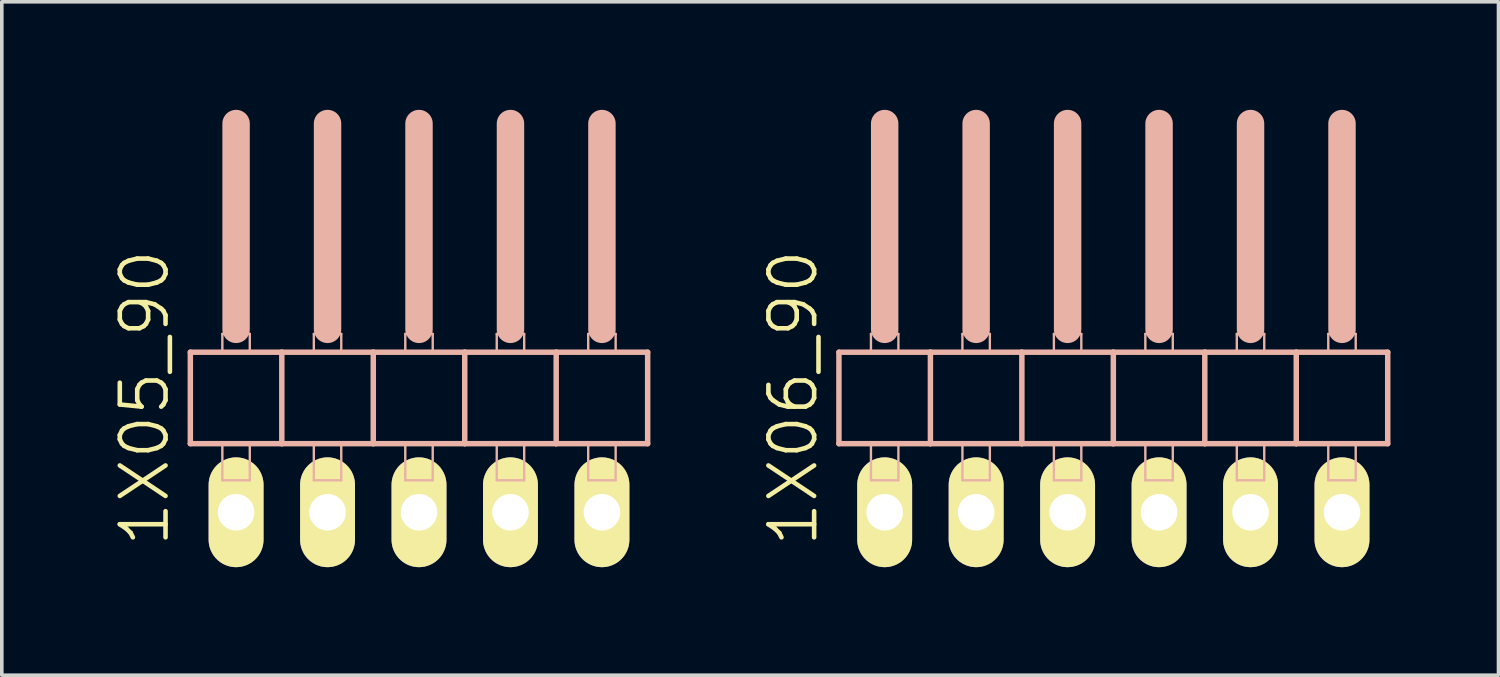
<source format=kicad_pcb>
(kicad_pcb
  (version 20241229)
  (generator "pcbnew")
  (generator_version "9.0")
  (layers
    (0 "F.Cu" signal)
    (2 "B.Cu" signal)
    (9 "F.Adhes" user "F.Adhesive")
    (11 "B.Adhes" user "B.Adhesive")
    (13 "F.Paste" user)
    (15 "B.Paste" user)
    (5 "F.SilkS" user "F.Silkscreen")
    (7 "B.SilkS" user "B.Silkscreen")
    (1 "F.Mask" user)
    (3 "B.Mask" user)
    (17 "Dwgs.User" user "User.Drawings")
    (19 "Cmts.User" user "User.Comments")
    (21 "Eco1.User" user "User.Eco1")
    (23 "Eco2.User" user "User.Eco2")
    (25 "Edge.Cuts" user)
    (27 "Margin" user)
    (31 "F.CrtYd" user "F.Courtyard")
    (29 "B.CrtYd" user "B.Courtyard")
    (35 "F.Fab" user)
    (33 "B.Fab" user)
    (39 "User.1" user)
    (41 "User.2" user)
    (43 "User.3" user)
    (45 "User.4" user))
  (footprint "1X05_90"
    (layer "F.Cu")
    (at 8.586 7.366)
    (property "Reference" "1X05_90" (at -7.62 0.635 90) (layer "F.SilkS") (effects (font (size 1.27 1.27) (thickness 0.127))))
    (attr exclude_from_pos_files exclude_from_bom)
    (fp_line (start -6.35 -0.635) (end -6.35 1.905) (stroke (width 0.152) (type solid)) (layer "B.SilkS"))
    (fp_line (start -6.35 1.905) (end -3.81 1.905) (stroke (width 0.152) (type solid)) (layer "B.SilkS"))
    (fp_line (start -5.461 -1.143) (end -4.699 -1.143) (stroke (width 0.066) (type solid)) (layer "B.SilkS"))
    (fp_line (start -5.461 -0.635) (end -5.461 -1.143) (stroke (width 0.066) (type solid)) (layer "B.SilkS"))
    (fp_line (start -5.461 -0.635) (end -4.699 -0.635) (stroke (width 0.066) (type solid)) (layer "B.SilkS"))
    (fp_line (start -5.461 1.905) (end -4.699 1.905) (stroke (width 0.066) (type solid)) (layer "B.SilkS"))
    (fp_line (start -5.461 2.921) (end -5.461 1.905) (stroke (width 0.066) (type solid)) (layer "B.SilkS"))
    (fp_line (start -5.461 2.921) (end -4.699 2.921) (stroke (width 0.066) (type solid)) (layer "B.SilkS"))
    (fp_line (start -5.08 -6.985) (end -5.08 -1.27) (stroke (width 0.762) (type solid)) (layer "B.SilkS"))
    (fp_line (start -4.699 -0.635) (end -4.699 -1.143) (stroke (width 0.066) (type solid)) (layer "B.SilkS"))
    (fp_line (start -4.699 2.921) (end -4.699 1.905) (stroke (width 0.066) (type solid)) (layer "B.SilkS"))
    (fp_line (start -3.81 -0.635) (end -6.35 -0.635) (stroke (width 0.152) (type solid)) (layer "B.SilkS"))
    (fp_line (start -3.81 1.905) (end -3.81 -0.635) (stroke (width 0.152) (type solid)) (layer "B.SilkS"))
    (fp_line (start -3.81 1.905) (end -1.27 1.905) (stroke (width 0.152) (type solid)) (layer "B.SilkS"))
    (fp_line (start -2.921 -1.143) (end -2.159 -1.143) (stroke (width 0.066) (type solid)) (layer "B.SilkS"))
    (fp_line (start -2.921 -0.635) (end -2.921 -1.143) (stroke (width 0.066) (type solid)) (layer "B.SilkS"))
    (fp_line (start -2.921 -0.635) (end -2.159 -0.635) (stroke (width 0.066) (type solid)) (layer "B.SilkS"))
    (fp_line (start -2.921 1.905) (end -2.159 1.905) (stroke (width 0.066) (type solid)) (layer "B.SilkS"))
    (fp_line (start -2.921 2.921) (end -2.921 1.905) (stroke (width 0.066) (type solid)) (layer "B.SilkS"))
    (fp_line (start -2.921 2.921) (end -2.159 2.921) (stroke (width 0.066) (type solid)) (layer "B.SilkS"))
    (fp_line (start -2.54 -6.985) (end -2.54 -1.27) (stroke (width 0.762) (type solid)) (layer "B.SilkS"))
    (fp_line (start -2.159 -0.635) (end -2.159 -1.143) (stroke (width 0.066) (type solid)) (layer "B.SilkS"))
    (fp_line (start -2.159 2.921) (end -2.159 1.905) (stroke (width 0.066) (type solid)) (layer "B.SilkS"))
    (fp_line (start -1.27 -0.635) (end -3.81 -0.635) (stroke (width 0.152) (type solid)) (layer "B.SilkS"))
    (fp_line (start -1.27 1.905) (end -1.27 -0.635) (stroke (width 0.152) (type solid)) (layer "B.SilkS"))
    (fp_line (start -1.27 1.905) (end 1.27 1.905) (stroke (width 0.152) (type solid)) (layer "B.SilkS"))
    (fp_line (start -0.381 -1.143) (end 0.381 -1.143) (stroke (width 0.066) (type solid)) (layer "B.SilkS"))
    (fp_line (start -0.381 -0.635) (end -0.381 -1.143) (stroke (width 0.066) (type solid)) (layer "B.SilkS"))
    (fp_line (start -0.381 -0.635) (end 0.381 -0.635) (stroke (width 0.066) (type solid)) (layer "B.SilkS"))
    (fp_line (start -0.381 1.905) (end 0.381 1.905) (stroke (width 0.066) (type solid)) (layer "B.SilkS"))
    (fp_line (start -0.381 2.921) (end -0.381 1.905) (stroke (width 0.066) (type solid)) (layer "B.SilkS"))
    (fp_line (start -0.381 2.921) (end 0.381 2.921) (stroke (width 0.066) (type solid)) (layer "B.SilkS"))
    (fp_line (start 0 -6.985) (end 0 -1.27) (stroke (width 0.762) (type solid)) (layer "B.SilkS"))
    (fp_line (start 0.381 -0.635) (end 0.381 -1.143) (stroke (width 0.066) (type solid)) (layer "B.SilkS"))
    (fp_line (start 0.381 2.921) (end 0.381 1.905) (stroke (width 0.066) (type solid)) (layer "B.SilkS"))
    (fp_line (start 1.27 -0.635) (end -1.27 -0.635) (stroke (width 0.152) (type solid)) (layer "B.SilkS"))
    (fp_line (start 1.27 1.905) (end 1.27 -0.635) (stroke (width 0.152) (type solid)) (layer "B.SilkS"))
    (fp_line (start 1.27 1.905) (end 3.81 1.905) (stroke (width 0.152) (type solid)) (layer "B.SilkS"))
    (fp_line (start 2.159 -1.143) (end 2.921 -1.143) (stroke (width 0.066) (type solid)) (layer "B.SilkS"))
    (fp_line (start 2.159 -0.635) (end 2.159 -1.143) (stroke (width 0.066) (type solid)) (layer "B.SilkS"))
    (fp_line (start 2.159 -0.635) (end 2.921 -0.635) (stroke (width 0.066) (type solid)) (layer "B.SilkS"))
    (fp_line (start 2.159 1.905) (end 2.921 1.905) (stroke (width 0.066) (type solid)) (layer "B.SilkS"))
    (fp_line (start 2.159 2.921) (end 2.159 1.905) (stroke (width 0.066) (type solid)) (layer "B.SilkS"))
    (fp_line (start 2.159 2.921) (end 2.921 2.921) (stroke (width 0.066) (type solid)) (layer "B.SilkS"))
    (fp_line (start 2.54 -6.985) (end 2.54 -1.27) (stroke (width 0.762) (type solid)) (layer "B.SilkS"))
    (fp_line (start 2.921 -0.635) (end 2.921 -1.143) (stroke (width 0.066) (type solid)) (layer "B.SilkS"))
    (fp_line (start 2.921 2.921) (end 2.921 1.905) (stroke (width 0.066) (type solid)) (layer "B.SilkS"))
    (fp_line (start 3.81 -0.635) (end 1.27 -0.635) (stroke (width 0.152) (type solid)) (layer "B.SilkS"))
    (fp_line (start 3.81 1.905) (end 3.81 -0.635) (stroke (width 0.152) (type solid)) (layer "B.SilkS"))
    (fp_line (start 3.81 1.905) (end 6.35 1.905) (stroke (width 0.152) (type solid)) (layer "B.SilkS"))
    (fp_line (start 4.699 -1.143) (end 5.461 -1.143) (stroke (width 0.066) (type solid)) (layer "B.SilkS"))
    (fp_line (start 4.699 -0.635) (end 4.699 -1.143) (stroke (width 0.066) (type solid)) (layer "B.SilkS"))
    (fp_line (start 4.699 -0.635) (end 5.461 -0.635) (stroke (width 0.066) (type solid)) (layer "B.SilkS"))
    (fp_line (start 4.699 1.905) (end 5.461 1.905) (stroke (width 0.066) (type solid)) (layer "B.SilkS"))
    (fp_line (start 4.699 2.921) (end 4.699 1.905) (stroke (width 0.066) (type solid)) (layer "B.SilkS"))
    (fp_line (start 4.699 2.921) (end 5.461 2.921) (stroke (width 0.066) (type solid)) (layer "B.SilkS"))
    (fp_line (start 5.08 -6.985) (end 5.08 -1.27) (stroke (width 0.762) (type solid)) (layer "B.SilkS"))
    (fp_line (start 5.461 -0.635) (end 5.461 -1.143) (stroke (width 0.066) (type solid)) (layer "B.SilkS"))
    (fp_line (start 5.461 2.921) (end 5.461 1.905) (stroke (width 0.066) (type solid)) (layer "B.SilkS"))
    (fp_line (start 6.35 -0.635) (end 3.81 -0.635) (stroke (width 0.152) (type solid)) (layer "B.SilkS"))
    (fp_line (start 6.35 1.905) (end 6.35 -0.635) (stroke (width 0.152) (type solid)) (layer "B.SilkS"))
    (pad "1" thru_hole oval (at -5.08 3.81 180) (size 1.524 3.048) (drill 1.016) (layers "*.Cu" "F.Mask" "F.SilkS" "F.Paste"))
    (pad "2" thru_hole oval (at -2.54 3.81 180) (size 1.524 3.048) (drill 1.016) (layers "*.Cu" "F.Mask" "F.SilkS" "F.Paste"))
    (pad "3" thru_hole oval (at 0 3.81 180) (size 1.524 3.048) (drill 1.016) (layers "*.Cu" "F.Mask" "F.SilkS" "F.Paste"))
    (pad "4" thru_hole oval (at 2.54 3.81 180) (size 1.524 3.048) (drill 1.016) (layers "*.Cu" "F.Mask" "F.SilkS" "F.Paste"))
    (pad "5" thru_hole oval (at 5.08 3.81 180) (size 1.524 3.048) (drill 1.016) (layers "*.Cu" "F.Mask" "F.SilkS" "F.Paste")))
  (footprint "1X06_90"
    (layer "F.Cu")
    (at 27.868 7.366)
    (property "Reference" "1X06_90" (at -8.89 0.635 90) (layer "F.SilkS") (effects (font (size 1.27 1.27) (thickness 0.127))))
    (attr exclude_from_pos_files exclude_from_bom)
    (fp_line (start -7.62 -0.635) (end -7.62 1.905) (stroke (width 0.152) (type solid)) (layer "B.SilkS"))
    (fp_line (start -7.62 1.905) (end -5.08 1.905) (stroke (width 0.152) (type solid)) (layer "B.SilkS"))
    (fp_line (start -6.731 -1.143) (end -5.969 -1.143) (stroke (width 0.066) (type solid)) (layer "B.SilkS"))
    (fp_line (start -6.731 -0.635) (end -6.731 -1.143) (stroke (width 0.066) (type solid)) (layer "B.SilkS"))
    (fp_line (start -6.731 -0.635) (end -5.969 -0.635) (stroke (width 0.066) (type solid)) (layer "B.SilkS"))
    (fp_line (start -6.731 1.905) (end -5.969 1.905) (stroke (width 0.066) (type solid)) (layer "B.SilkS"))
    (fp_line (start -6.731 2.921) (end -6.731 1.905) (stroke (width 0.066) (type solid)) (layer "B.SilkS"))
    (fp_line (start -6.731 2.921) (end -5.969 2.921) (stroke (width 0.066) (type solid)) (layer "B.SilkS"))
    (fp_line (start -6.35 -6.985) (end -6.35 -1.27) (stroke (width 0.762) (type solid)) (layer "B.SilkS"))
    (fp_line (start -5.969 -0.635) (end -5.969 -1.143) (stroke (width 0.066) (type solid)) (layer "B.SilkS"))
    (fp_line (start -5.969 2.921) (end -5.969 1.905) (stroke (width 0.066) (type solid)) (layer "B.SilkS"))
    (fp_line (start -5.08 -0.635) (end -7.62 -0.635) (stroke (width 0.152) (type solid)) (layer "B.SilkS"))
    (fp_line (start -5.08 1.905) (end -5.08 -0.635) (stroke (width 0.152) (type solid)) (layer "B.SilkS"))
    (fp_line (start -5.08 1.905) (end -2.54 1.905) (stroke (width 0.152) (type solid)) (layer "B.SilkS"))
    (fp_line (start -4.191 -1.143) (end -3.429 -1.143) (stroke (width 0.066) (type solid)) (layer "B.SilkS"))
    (fp_line (start -4.191 -0.635) (end -4.191 -1.143) (stroke (width 0.066) (type solid)) (layer "B.SilkS"))
    (fp_line (start -4.191 -0.635) (end -3.429 -0.635) (stroke (width 0.066) (type solid)) (layer "B.SilkS"))
    (fp_line (start -4.191 1.905) (end -3.429 1.905) (stroke (width 0.066) (type solid)) (layer "B.SilkS"))
    (fp_line (start -4.191 2.921) (end -4.191 1.905) (stroke (width 0.066) (type solid)) (layer "B.SilkS"))
    (fp_line (start -4.191 2.921) (end -3.429 2.921) (stroke (width 0.066) (type solid)) (layer "B.SilkS"))
    (fp_line (start -3.81 -6.985) (end -3.81 -1.27) (stroke (width 0.762) (type solid)) (layer "B.SilkS"))
    (fp_line (start -3.429 -0.635) (end -3.429 -1.143) (stroke (width 0.066) (type solid)) (layer "B.SilkS"))
    (fp_line (start -3.429 2.921) (end -3.429 1.905) (stroke (width 0.066) (type solid)) (layer "B.SilkS"))
    (fp_line (start -2.54 -0.635) (end -5.08 -0.635) (stroke (width 0.152) (type solid)) (layer "B.SilkS"))
    (fp_line (start -2.54 1.905) (end -2.54 -0.635) (stroke (width 0.152) (type solid)) (layer "B.SilkS"))
    (fp_line (start -2.54 1.905) (end 0 1.905) (stroke (width 0.152) (type solid)) (layer "B.SilkS"))
    (fp_line (start -1.651 -1.143) (end -0.889 -1.143) (stroke (width 0.066) (type solid)) (layer "B.SilkS"))
    (fp_line (start -1.651 -0.635) (end -1.651 -1.143) (stroke (width 0.066) (type solid)) (layer "B.SilkS"))
    (fp_line (start -1.651 -0.635) (end -0.889 -0.635) (stroke (width 0.066) (type solid)) (layer "B.SilkS"))
    (fp_line (start -1.651 1.905) (end -0.889 1.905) (stroke (width 0.066) (type solid)) (layer "B.SilkS"))
    (fp_line (start -1.651 2.921) (end -1.651 1.905) (stroke (width 0.066) (type solid)) (layer "B.SilkS"))
    (fp_line (start -1.651 2.921) (end -0.889 2.921) (stroke (width 0.066) (type solid)) (layer "B.SilkS"))
    (fp_line (start -1.27 -6.985) (end -1.27 -1.27) (stroke (width 0.762) (type solid)) (layer "B.SilkS"))
    (fp_line (start -0.889 -0.635) (end -0.889 -1.143) (stroke (width 0.066) (type solid)) (layer "B.SilkS"))
    (fp_line (start -0.889 2.921) (end -0.889 1.905) (stroke (width 0.066) (type solid)) (layer "B.SilkS"))
    (fp_line (start 0 -0.635) (end -2.54 -0.635) (stroke (width 0.152) (type solid)) (layer "B.SilkS"))
    (fp_line (start 0 1.905) (end 0 -0.635) (stroke (width 0.152) (type solid)) (layer "B.SilkS"))
    (fp_line (start 0 1.905) (end 2.54 1.905) (stroke (width 0.152) (type solid)) (layer "B.SilkS"))
    (fp_line (start 0.889 -1.143) (end 1.651 -1.143) (stroke (width 0.066) (type solid)) (layer "B.SilkS"))
    (fp_line (start 0.889 -0.635) (end 0.889 -1.143) (stroke (width 0.066) (type solid)) (layer "B.SilkS"))
    (fp_line (start 0.889 -0.635) (end 1.651 -0.635) (stroke (width 0.066) (type solid)) (layer "B.SilkS"))
    (fp_line (start 0.889 1.905) (end 1.651 1.905) (stroke (width 0.066) (type solid)) (layer "B.SilkS"))
    (fp_line (start 0.889 2.921) (end 0.889 1.905) (stroke (width 0.066) (type solid)) (layer "B.SilkS"))
    (fp_line (start 0.889 2.921) (end 1.651 2.921) (stroke (width 0.066) (type solid)) (layer "B.SilkS"))
    (fp_line (start 1.27 -6.985) (end 1.27 -1.27) (stroke (width 0.762) (type solid)) (layer "B.SilkS"))
    (fp_line (start 1.651 -0.635) (end 1.651 -1.143) (stroke (width 0.066) (type solid)) (layer "B.SilkS"))
    (fp_line (start 1.651 2.921) (end 1.651 1.905) (stroke (width 0.066) (type solid)) (layer "B.SilkS"))
    (fp_line (start 2.54 -0.635) (end 0 -0.635) (stroke (width 0.152) (type solid)) (layer "B.SilkS"))
    (fp_line (start 2.54 1.905) (end 2.54 -0.635) (stroke (width 0.152) (type solid)) (layer "B.SilkS"))
    (fp_line (start 2.54 1.905) (end 5.08 1.905) (stroke (width 0.152) (type solid)) (layer "B.SilkS"))
    (fp_line (start 3.429 -1.143) (end 4.191 -1.143) (stroke (width 0.066) (type solid)) (layer "B.SilkS"))
    (fp_line (start 3.429 -0.635) (end 3.429 -1.143) (stroke (width 0.066) (type solid)) (layer "B.SilkS"))
    (fp_line (start 3.429 -0.635) (end 4.191 -0.635) (stroke (width 0.066) (type solid)) (layer "B.SilkS"))
    (fp_line (start 3.429 1.905) (end 4.191 1.905) (stroke (width 0.066) (type solid)) (layer "B.SilkS"))
    (fp_line (start 3.429 2.921) (end 3.429 1.905) (stroke (width 0.066) (type solid)) (layer "B.SilkS"))
    (fp_line (start 3.429 2.921) (end 4.191 2.921) (stroke (width 0.066) (type solid)) (layer "B.SilkS"))
    (fp_line (start 3.81 -6.985) (end 3.81 -1.27) (stroke (width 0.762) (type solid)) (layer "B.SilkS"))
    (fp_line (start 4.191 -0.635) (end 4.191 -1.143) (stroke (width 0.066) (type solid)) (layer "B.SilkS"))
    (fp_line (start 4.191 2.921) (end 4.191 1.905) (stroke (width 0.066) (type solid)) (layer "B.SilkS"))
    (fp_line (start 5.08 -0.635) (end 2.54 -0.635) (stroke (width 0.152) (type solid)) (layer "B.SilkS"))
    (fp_line (start 5.08 1.905) (end 5.08 -0.635) (stroke (width 0.152) (type solid)) (layer "B.SilkS"))
    (fp_line (start 5.08 1.905) (end 7.62 1.905) (stroke (width 0.152) (type solid)) (layer "B.SilkS"))
    (fp_line (start 5.969 -1.143) (end 6.731 -1.143) (stroke (width 0.066) (type solid)) (layer "B.SilkS"))
    (fp_line (start 5.969 -0.635) (end 5.969 -1.143) (stroke (width 0.066) (type solid)) (layer "B.SilkS"))
    (fp_line (start 5.969 -0.635) (end 6.731 -0.635) (stroke (width 0.066) (type solid)) (layer "B.SilkS"))
    (fp_line (start 5.969 1.905) (end 6.731 1.905) (stroke (width 0.066) (type solid)) (layer "B.SilkS"))
    (fp_line (start 5.969 2.921) (end 5.969 1.905) (stroke (width 0.066) (type solid)) (layer "B.SilkS"))
    (fp_line (start 5.969 2.921) (end 6.731 2.921) (stroke (width 0.066) (type solid)) (layer "B.SilkS"))
    (fp_line (start 6.35 -6.985) (end 6.35 -1.27) (stroke (width 0.762) (type solid)) (layer "B.SilkS"))
    (fp_line (start 6.731 -0.635) (end 6.731 -1.143) (stroke (width 0.066) (type solid)) (layer "B.SilkS"))
    (fp_line (start 6.731 2.921) (end 6.731 1.905) (stroke (width 0.066) (type solid)) (layer "B.SilkS"))
    (fp_line (start 7.62 -0.635) (end 5.08 -0.635) (stroke (width 0.152) (type solid)) (layer "B.SilkS"))
    (fp_line (start 7.62 1.905) (end 7.62 -0.635) (stroke (width 0.152) (type solid)) (layer "B.SilkS"))
    (pad "1" thru_hole oval (at -6.35 3.81 180) (size 1.524 3.048) (drill 1.016) (layers "*.Cu" "F.Mask" "F.SilkS" "F.Paste"))
    (pad "2" thru_hole oval (at -3.81 3.81 180) (size 1.524 3.048) (drill 1.016) (layers "*.Cu" "F.Mask" "F.SilkS" "F.Paste"))
    (pad "3" thru_hole oval (at -1.27 3.81 180) (size 1.524 3.048) (drill 1.016) (layers "*.Cu" "F.Mask" "F.SilkS" "F.Paste"))
    (pad "4" thru_hole oval (at 1.27 3.81 180) (size 1.524 3.048) (drill 1.016) (layers "*.Cu" "F.Mask" "F.SilkS" "F.Paste"))
    (pad "5" thru_hole oval (at 3.81 3.81 180) (size 1.524 3.048) (drill 1.016) (layers "*.Cu" "F.Mask" "F.SilkS" "F.Paste"))
    (pad "6" thru_hole oval (at 6.35 3.81 180) (size 1.524 3.048) (drill 1.016) (layers "*.Cu" "F.Mask" "F.SilkS" "F.Paste")))
  (gr_rect
    (start -3 -3)
    (end 38.564 15.7)
    (stroke (width 0.1) (type default))
    (fill no)
    (layer "Edge.Cuts")))
</source>
